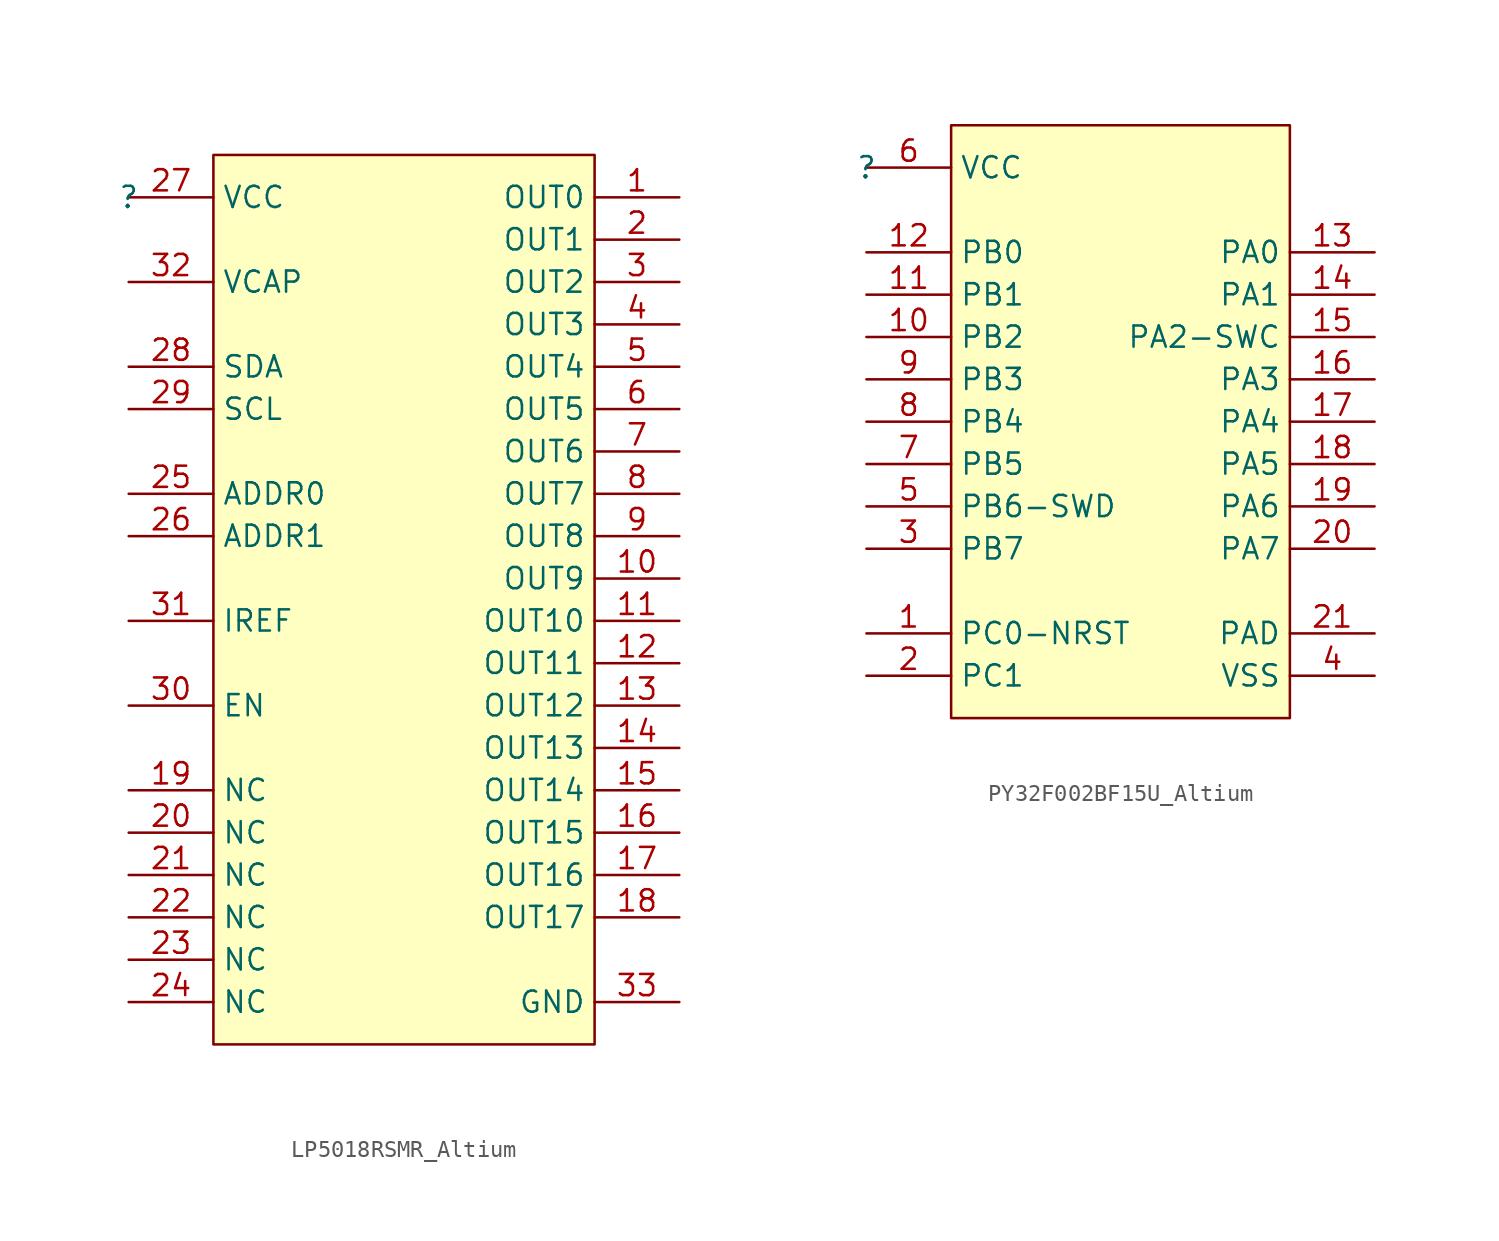
<source format=kicad_sym>
(kicad_symbol_lib
  (version 20241209)
  (generator "kicad_symbol_editor")
  (generator_version "9.0")
  (symbol "LP5018RSMR_Altium"
    (property "Reference" ""
      (at 0 0 0)
      (effects (font (size 1.27 1.27))))
    (property "Value" ""
      (at 0 0 0)
      (effects (font (size 1.27 1.27))))
    (symbol "LP5018RSMR_Altium_1_0"
      (rectangle (start 27.94 2.54) (end 5.08 -50.8) (stroke (width 0) (type solid) (color 128 0 0 1)) (fill (type background)))
      (pin power_in line (at 0 0 0) (length 5.08) (name "VCC" (effects (font (size 1.27 1.27)))) (number "27" (effects (font (size 1.27 1.27)))))
      (pin passive line (at 0 -5.08 0) (length 5.08) (name "VCAP" (effects (font (size 1.27 1.27)))) (number "32" (effects (font (size 1.27 1.27)))))
      (pin bidirectional line (at 0 -10.16 0) (length 5.08) (name "SDA" (effects (font (size 1.27 1.27)))) (number "28" (effects (font (size 1.27 1.27)))))
      (pin input line (at 0 -12.7 0) (length 5.08) (name "SCL" (effects (font (size 1.27 1.27)))) (number "29" (effects (font (size 1.27 1.27)))))
      (pin passive line (at 0 -17.78 0) (length 5.08) (name "ADDR0" (effects (font (size 1.27 1.27)))) (number "25" (effects (font (size 1.27 1.27)))))
      (pin passive line (at 0 -20.32 0) (length 5.08) (name "ADDR1" (effects (font (size 1.27 1.27)))) (number "26" (effects (font (size 1.27 1.27)))))
      (pin passive line (at 0 -25.4 0) (length 5.08) (name "IREF" (effects (font (size 1.27 1.27)))) (number "31" (effects (font (size 1.27 1.27)))))
      (pin input line (at 0 -30.48 0) (length 5.08) (name "EN" (effects (font (size 1.27 1.27)))) (number "30" (effects (font (size 1.27 1.27)))))
      (pin passive line (at 0 -35.56 0) (length 5.08) (name "NC" (effects (font (size 1.27 1.27)))) (number "19" (effects (font (size 1.27 1.27)))))
      (pin passive line (at 0 -38.1 0) (length 5.08) (name "NC" (effects (font (size 1.27 1.27)))) (number "20" (effects (font (size 1.27 1.27)))))
      (pin passive line (at 0 -40.64 0) (length 5.08) (name "NC" (effects (font (size 1.27 1.27)))) (number "21" (effects (font (size 1.27 1.27)))))
      (pin passive line (at 0 -43.18 0) (length 5.08) (name "NC" (effects (font (size 1.27 1.27)))) (number "22" (effects (font (size 1.27 1.27)))))
      (pin passive line (at 0 -45.72 0) (length 5.08) (name "NC" (effects (font (size 1.27 1.27)))) (number "23" (effects (font (size 1.27 1.27)))))
      (pin passive line (at 0 -48.26 0) (length 5.08) (name "NC" (effects (font (size 1.27 1.27)))) (number "24" (effects (font (size 1.27 1.27)))))
      (pin output line (at 33.02 0 180) (length 5.08) (name "OUT0" (effects (font (size 1.27 1.27)))) (number "1" (effects (font (size 1.27 1.27)))))
      (pin output line (at 33.02 -2.54 180) (length 5.08) (name "OUT1" (effects (font (size 1.27 1.27)))) (number "2" (effects (font (size 1.27 1.27)))))
      (pin output line (at 33.02 -5.08 180) (length 5.08) (name "OUT2" (effects (font (size 1.27 1.27)))) (number "3" (effects (font (size 1.27 1.27)))))
      (pin output line (at 33.02 -7.62 180) (length 5.08) (name "OUT3" (effects (font (size 1.27 1.27)))) (number "4" (effects (font (size 1.27 1.27)))))
      (pin output line (at 33.02 -10.16 180) (length 5.08) (name "OUT4" (effects (font (size 1.27 1.27)))) (number "5" (effects (font (size 1.27 1.27)))))
      (pin output line (at 33.02 -12.7 180) (length 5.08) (name "OUT5" (effects (font (size 1.27 1.27)))) (number "6" (effects (font (size 1.27 1.27)))))
      (pin output line (at 33.02 -15.24 180) (length 5.08) (name "OUT6" (effects (font (size 1.27 1.27)))) (number "7" (effects (font (size 1.27 1.27)))))
      (pin output line (at 33.02 -17.78 180) (length 5.08) (name "OUT7" (effects (font (size 1.27 1.27)))) (number "8" (effects (font (size 1.27 1.27)))))
      (pin output line (at 33.02 -20.32 180) (length 5.08) (name "OUT8" (effects (font (size 1.27 1.27)))) (number "9" (effects (font (size 1.27 1.27)))))
      (pin output line (at 33.02 -22.86 180) (length 5.08) (name "OUT9" (effects (font (size 1.27 1.27)))) (number "10" (effects (font (size 1.27 1.27)))))
      (pin output line (at 33.02 -25.4 180) (length 5.08) (name "OUT10" (effects (font (size 1.27 1.27)))) (number "11" (effects (font (size 1.27 1.27)))))
      (pin output line (at 33.02 -27.94 180) (length 5.08) (name "OUT11" (effects (font (size 1.27 1.27)))) (number "12" (effects (font (size 1.27 1.27)))))
      (pin output line (at 33.02 -30.48 180) (length 5.08) (name "OUT12" (effects (font (size 1.27 1.27)))) (number "13" (effects (font (size 1.27 1.27)))))
      (pin output line (at 33.02 -33.02 180) (length 5.08) (name "OUT13" (effects (font (size 1.27 1.27)))) (number "14" (effects (font (size 1.27 1.27)))))
      (pin output line (at 33.02 -35.56 180) (length 5.08) (name "OUT14" (effects (font (size 1.27 1.27)))) (number "15" (effects (font (size 1.27 1.27)))))
      (pin output line (at 33.02 -38.1 180) (length 5.08) (name "OUT15" (effects (font (size 1.27 1.27)))) (number "16" (effects (font (size 1.27 1.27)))))
      (pin output line (at 33.02 -40.64 180) (length 5.08) (name "OUT16" (effects (font (size 1.27 1.27)))) (number "17" (effects (font (size 1.27 1.27)))))
      (pin output line (at 33.02 -43.18 180) (length 5.08) (name "OUT17" (effects (font (size 1.27 1.27)))) (number "18" (effects (font (size 1.27 1.27)))))
      (pin power_in line (at 33.02 -48.26 180) (length 5.08) (name "GND" (effects (font (size 1.27 1.27)))) (number "33" (effects (font (size 1.27 1.27)))))))
  (symbol "PY32F002BF15U_Altium"
    (property "Reference" ""
      (at 0 0 0)
      (effects (font (size 1.27 1.27))))
    (property "Value" ""
      (at 0 0 0)
      (effects (font (size 1.27 1.27))))
    (symbol "PY32F002BF15U_Altium_1_0"
      (rectangle (start 5.08 2.54) (end 25.4 -33.02) (stroke (width 0) (type solid) (color 128 0 0 1)) (fill (type background)))
      (pin power_in line (at 0 0 0) (length 5.08) (name "VCC" (effects (font (size 1.27 1.27)))) (number "6" (effects (font (size 1.27 1.27)))))
      (pin bidirectional line (at 0 -5.08 0) (length 5.08) (name "PB0" (effects (font (size 1.27 1.27)))) (number "12" (effects (font (size 1.27 1.27)))))
      (pin bidirectional line (at 0 -7.62 0) (length 5.08) (name "PB1" (effects (font (size 1.27 1.27)))) (number "11" (effects (font (size 1.27 1.27)))))
      (pin bidirectional line (at 0 -10.16 0) (length 5.08) (name "PB2" (effects (font (size 1.27 1.27)))) (number "10" (effects (font (size 1.27 1.27)))))
      (pin bidirectional line (at 0 -12.7 0) (length 5.08) (name "PB3" (effects (font (size 1.27 1.27)))) (number "9" (effects (font (size 1.27 1.27)))))
      (pin bidirectional line (at 0 -15.24 0) (length 5.08) (name "PB4" (effects (font (size 1.27 1.27)))) (number "8" (effects (font (size 1.27 1.27)))))
      (pin bidirectional line (at 0 -17.78 0) (length 5.08) (name "PB5" (effects (font (size 1.27 1.27)))) (number "7" (effects (font (size 1.27 1.27)))))
      (pin bidirectional line (at 0 -20.32 0) (length 5.08) (name "PB6-SWD" (effects (font (size 1.27 1.27)))) (number "5" (effects (font (size 1.27 1.27)))))
      (pin bidirectional line (at 0 -22.86 0) (length 5.08) (name "PB7" (effects (font (size 1.27 1.27)))) (number "3" (effects (font (size 1.27 1.27)))))
      (pin bidirectional line (at 0 -27.94 0) (length 5.08) (name "PC0-NRST" (effects (font (size 1.27 1.27)))) (number "1" (effects (font (size 1.27 1.27)))))
      (pin bidirectional line (at 0 -30.48 0) (length 5.08) (name "PC1" (effects (font (size 1.27 1.27)))) (number "2" (effects (font (size 1.27 1.27)))))
      (pin bidirectional line (at 30.48 -5.08 180) (length 5.08) (name "PA0" (effects (font (size 1.27 1.27)))) (number "13" (effects (font (size 1.27 1.27)))))
      (pin bidirectional line (at 30.48 -7.62 180) (length 5.08) (name "PA1" (effects (font (size 1.27 1.27)))) (number "14" (effects (font (size 1.27 1.27)))))
      (pin bidirectional line (at 30.48 -10.16 180) (length 5.08) (name "PA2-SWC" (effects (font (size 1.27 1.27)))) (number "15" (effects (font (size 1.27 1.27)))))
      (pin bidirectional line (at 30.48 -12.7 180) (length 5.08) (name "PA3" (effects (font (size 1.27 1.27)))) (number "16" (effects (font (size 1.27 1.27)))))
      (pin bidirectional line (at 30.48 -15.24 180) (length 5.08) (name "PA4" (effects (font (size 1.27 1.27)))) (number "17" (effects (font (size 1.27 1.27)))))
      (pin bidirectional line (at 30.48 -17.78 180) (length 5.08) (name "PA5" (effects (font (size 1.27 1.27)))) (number "18" (effects (font (size 1.27 1.27)))))
      (pin bidirectional line (at 30.48 -20.32 180) (length 5.08) (name "PA6" (effects (font (size 1.27 1.27)))) (number "19" (effects (font (size 1.27 1.27)))))
      (pin bidirectional line (at 30.48 -22.86 180) (length 5.08) (name "PA7" (effects (font (size 1.27 1.27)))) (number "20" (effects (font (size 1.27 1.27)))))
      (pin passive line (at 30.48 -27.94 180) (length 5.08) (name "PAD" (effects (font (size 1.27 1.27)))) (number "21" (effects (font (size 1.27 1.27)))))
      (pin power_in line (at 30.48 -30.48 180) (length 5.08) (name "VSS" (effects (font (size 1.27 1.27)))) (number "4" (effects (font (size 1.27 1.27))))))))
</source>
